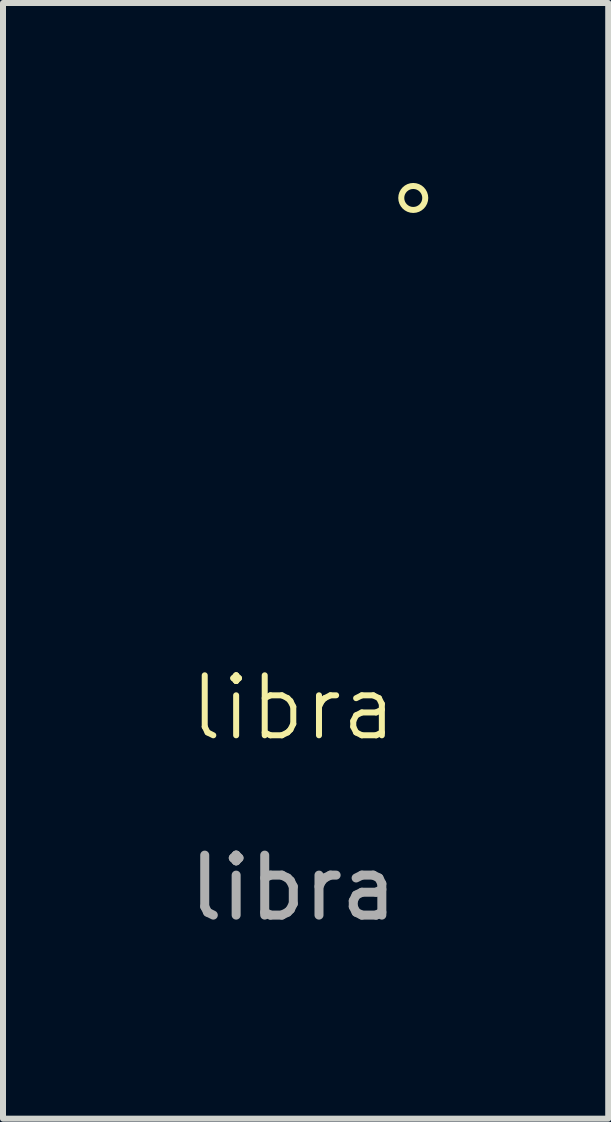
<source format=kicad_pcb>
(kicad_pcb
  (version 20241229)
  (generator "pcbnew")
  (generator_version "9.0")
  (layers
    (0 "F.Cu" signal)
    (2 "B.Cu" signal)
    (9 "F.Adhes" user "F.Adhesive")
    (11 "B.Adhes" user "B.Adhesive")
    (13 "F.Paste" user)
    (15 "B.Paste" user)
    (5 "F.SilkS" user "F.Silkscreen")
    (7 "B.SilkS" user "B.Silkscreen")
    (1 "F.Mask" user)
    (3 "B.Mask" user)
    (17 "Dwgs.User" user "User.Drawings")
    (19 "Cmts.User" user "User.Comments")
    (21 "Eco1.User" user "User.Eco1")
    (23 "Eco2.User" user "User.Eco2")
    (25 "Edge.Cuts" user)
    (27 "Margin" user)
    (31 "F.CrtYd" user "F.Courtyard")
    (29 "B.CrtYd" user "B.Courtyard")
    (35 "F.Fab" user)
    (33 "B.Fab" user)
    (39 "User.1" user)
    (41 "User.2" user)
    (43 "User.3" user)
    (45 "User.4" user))
  (footprint "libra"
    (layer "F.Cu")
    (at 1.839 9.25)
    (property "Reference" "libra" (at 0 -0.5 0) (unlocked yes) (layer "F.SilkS") (effects (font (size 1 1) (thickness 0.1))))
    (attr smd)
    (fp_circle (center 2 -9) (end 2.2 -9) (stroke (width 0.1) (type solid)) (fill no) (layer "F.SilkS"))
    (fp_text user "${REFERENCE}" (at 0 2.5 0) (unlocked yes) (layer "F.Fab") (effects (font (size 1 1) (thickness 0.15)))))
  (gr_rect
    (start -3 -3)
    (end 7.089 15.598)
    (stroke (width 0.1) (type default))
    (fill no)
    (layer "Edge.Cuts")))
</source>
